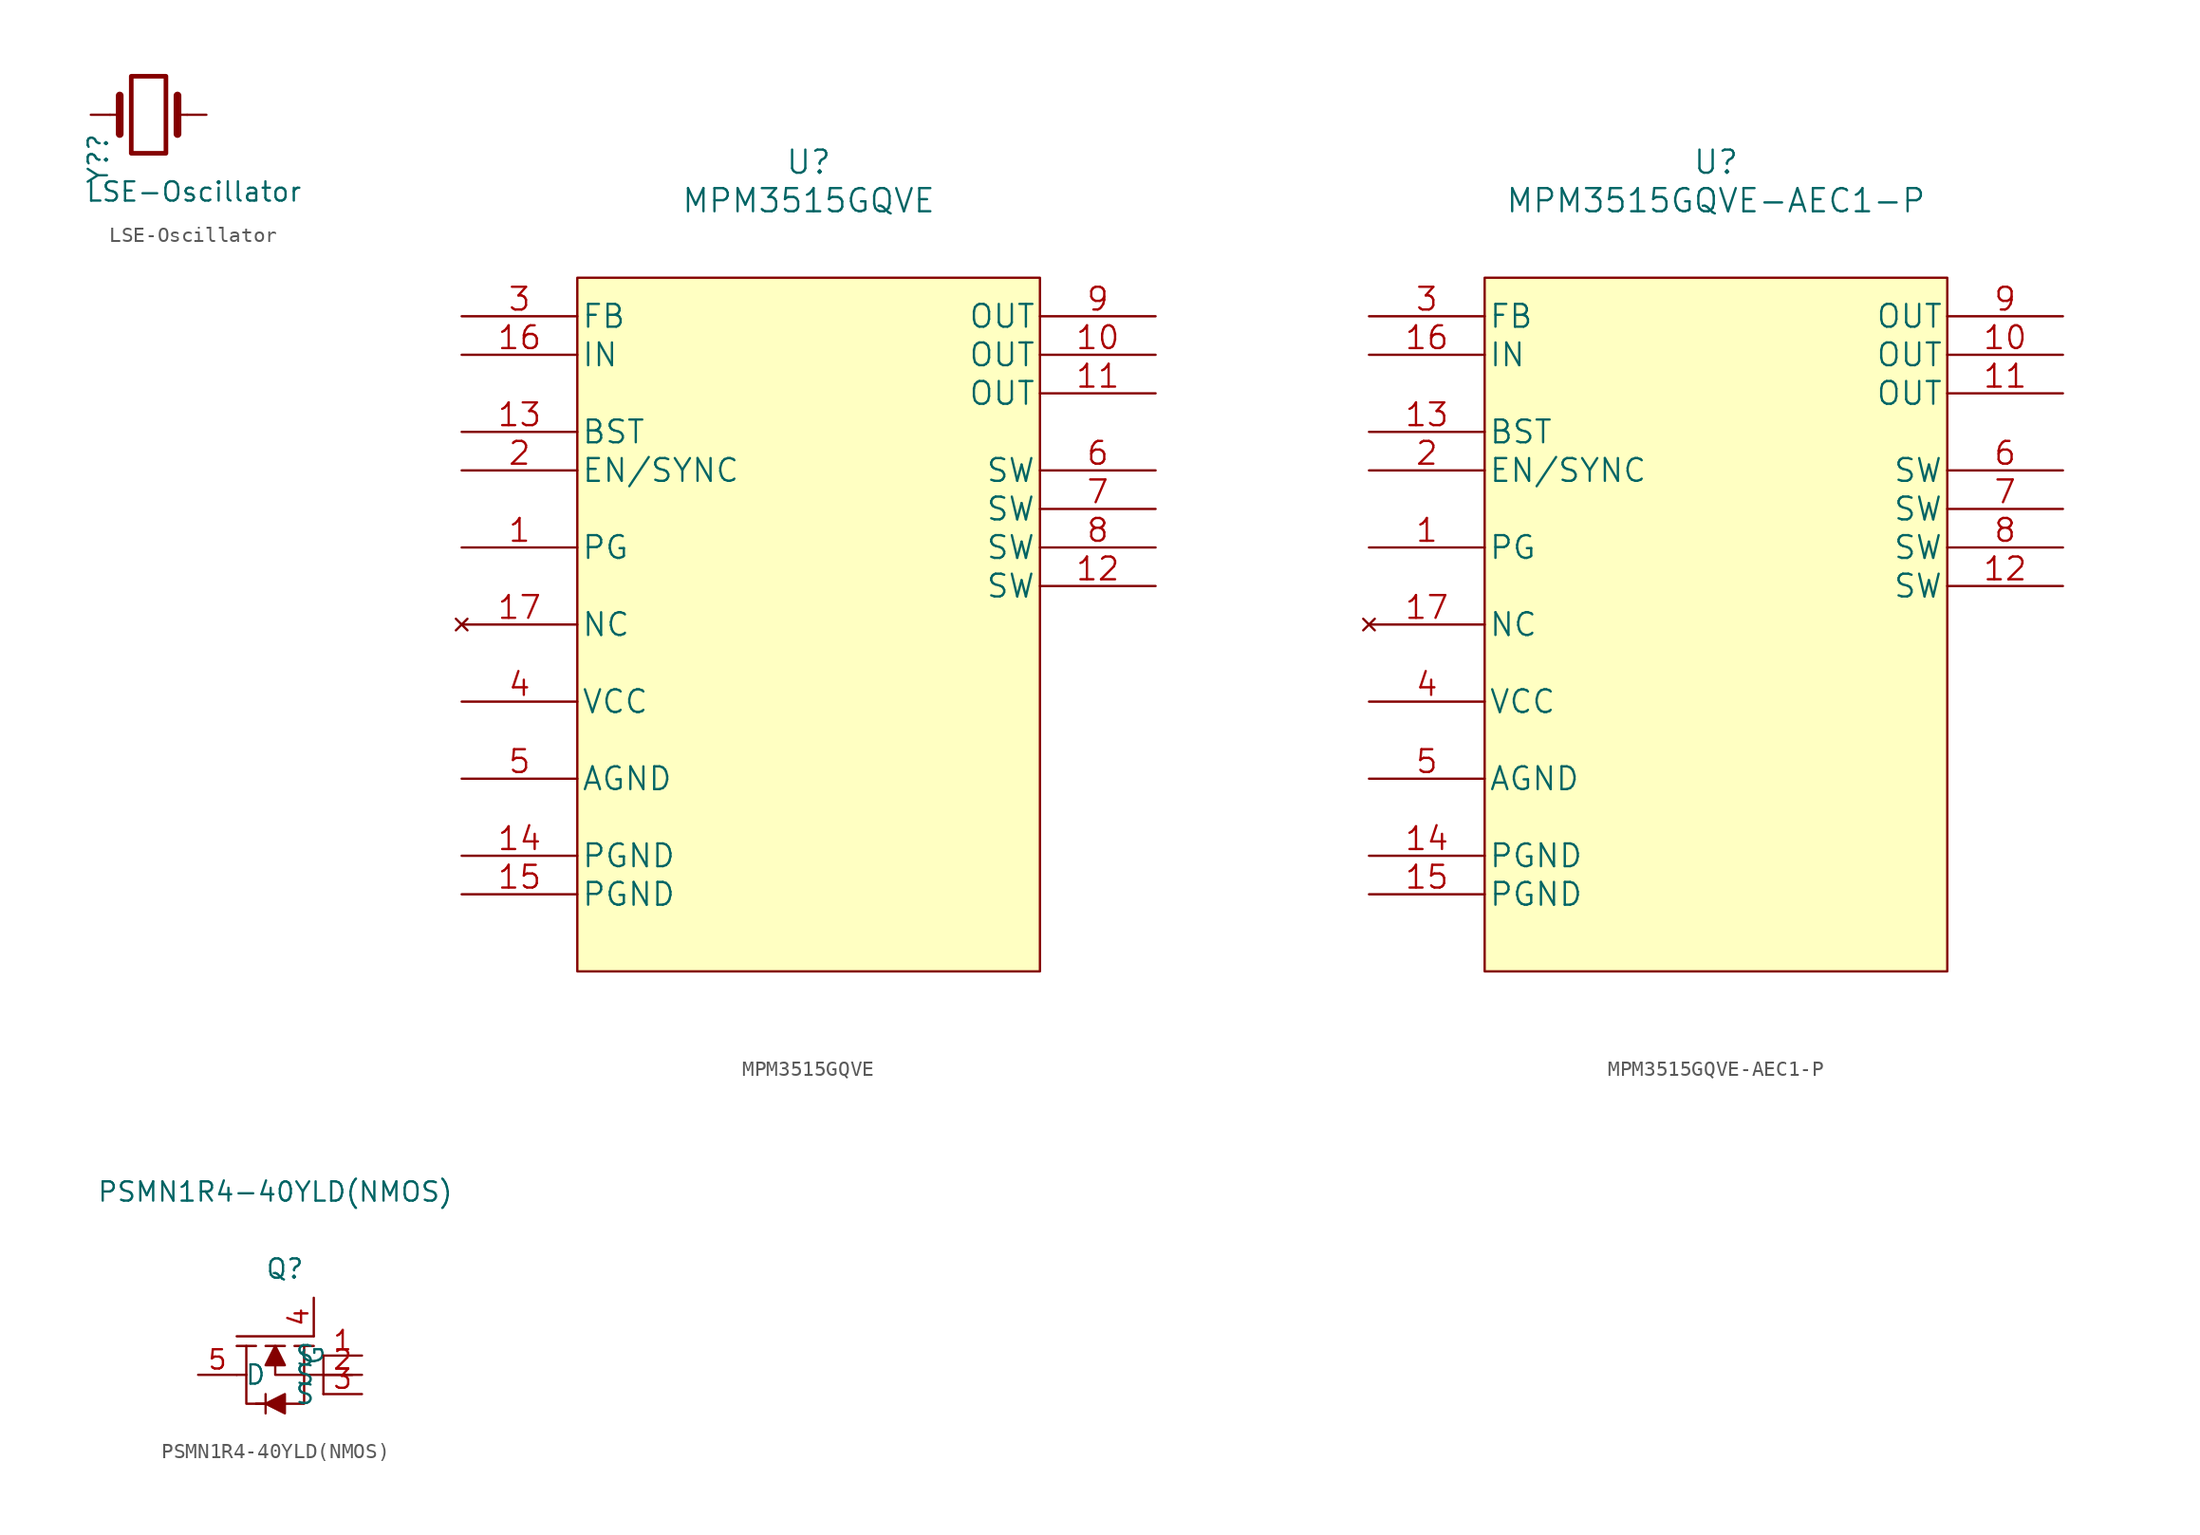
<source format=kicad_sym>
(kicad_symbol_lib
  (version 20220914)
  (generator kicad_symbol_editor)
  (symbol "LSE-Oscillator"
    (pin_numbers hide)
    (pin_names
      (offset 1.016) hide)
    (property "Reference" "Y?"
      (at -3.327 -1.168 90)
      (effects (font (size 1.27 1.27)) (justify right)))
    (property "Value" "LSE-Oscillator"
      (at 10.16 -5.08 0)
      (effects (font (size 1.27 1.27)) (justify right)))
    (symbol "LSE-Oscillator_0_1"
      (rectangle (start -1.143 2.54) (end 1.143 -2.54) (stroke (width 0.305) (type default)) (fill (type none)))
      (polyline (pts (xy -2.54 0) (xy -1.905 0)) (stroke (width 0) (type default)) (fill (type none)))
      (polyline (pts (xy -1.905 -1.27) (xy -1.905 1.27)) (stroke (width 0.508) (type default)) (fill (type none)))
      (polyline (pts (xy 1.905 -1.27) (xy 1.905 1.27)) (stroke (width 0.508) (type default)) (fill (type none)))
      (polyline (pts (xy 2.54 0) (xy 1.905 0)) (stroke (width 0) (type default)) (fill (type none))))
    (symbol "LSE-Oscillator_1_1"
      (pin passive line (at -3.81 0 0) (length 1.27) (name "1" (effects (font (size 1.27 1.27)))) (number "1" (effects (font (size 1.27 1.27)))))
      (pin passive line (at 3.81 0 180) (length 1.27) (name "2" (effects (font (size 1.27 1.27)))) (number "2" (effects (font (size 1.27 1.27)))))))
  (symbol "MPM3515GQVE"
    (pin_names
      (offset 0.254))
    (property "Reference" "U"
      (at 22.86 10.16 0)
      (effects (font (size 1.524 1.524))))
    (property "Value" "MPM3515GQVE"
      (at 22.86 7.62 0)
      (effects (font (size 1.524 1.524))))
    (property "Datasheet" ""
      (at 0 0 0)
      (effects (font (size 1.524 1.524))))
    (symbol "MPM3515GQVE_1_1"
      (rectangle (start 7.62 2.54) (end 38.1 -43.18) (stroke (width 0) (type default)) (fill (type background)))
      (pin unspecified line (at 0 -15.24 0) (length 7.62) (name "PG" (effects (font (size 1.499 1.499)))) (number "1" (effects (font (size 1.499 1.499)))))
      (pin power_out line (at 45.72 -2.54 180) (length 7.62) (name "OUT" (effects (font (size 1.499 1.499)))) (number "10" (effects (font (size 1.499 1.499)))))
      (pin power_out line (at 45.72 -5.08 180) (length 7.62) (name "OUT" (effects (font (size 1.499 1.499)))) (number "11" (effects (font (size 1.499 1.499)))))
      (pin output line (at 45.72 -17.78 180) (length 7.62) (name "SW" (effects (font (size 1.499 1.499)))) (number "12" (effects (font (size 1.499 1.499)))))
      (pin unspecified line (at 0 -7.62 0) (length 7.62) (name "BST" (effects (font (size 1.499 1.499)))) (number "13" (effects (font (size 1.499 1.499)))))
      (pin power_in line (at 0 -35.56 0) (length 7.62) (name "PGND" (effects (font (size 1.499 1.499)))) (number "14" (effects (font (size 1.499 1.499)))))
      (pin power_in line (at 0 -38.1 0) (length 7.62) (name "PGND" (effects (font (size 1.499 1.499)))) (number "15" (effects (font (size 1.499 1.499)))))
      (pin power_in line (at 0 -2.54 0) (length 7.62) (name "IN" (effects (font (size 1.499 1.499)))) (number "16" (effects (font (size 1.499 1.499)))))
      (pin no_connect line (at 0 -20.32 0) (length 7.62) (name "NC" (effects (font (size 1.499 1.499)))) (number "17" (effects (font (size 1.499 1.499)))))
      (pin unspecified line (at 0 -10.16 0) (length 7.62) (name "EN/SYNC" (effects (font (size 1.499 1.499)))) (number "2" (effects (font (size 1.499 1.499)))))
      (pin input line (at 0 0 0) (length 7.62) (name "FB" (effects (font (size 1.499 1.499)))) (number "3" (effects (font (size 1.499 1.499)))))
      (pin power_in line (at 0 -25.4 0) (length 7.62) (name "VCC" (effects (font (size 1.499 1.499)))) (number "4" (effects (font (size 1.499 1.499)))))
      (pin power_in line (at 0 -30.48 0) (length 7.62) (name "AGND" (effects (font (size 1.499 1.499)))) (number "5" (effects (font (size 1.499 1.499)))))
      (pin output line (at 45.72 -10.16 180) (length 7.62) (name "SW" (effects (font (size 1.499 1.499)))) (number "6" (effects (font (size 1.499 1.499)))))
      (pin output line (at 45.72 -12.7 180) (length 7.62) (name "SW" (effects (font (size 1.499 1.499)))) (number "7" (effects (font (size 1.499 1.499)))))
      (pin output line (at 45.72 -15.24 180) (length 7.62) (name "SW" (effects (font (size 1.499 1.499)))) (number "8" (effects (font (size 1.499 1.499)))))
      (pin power_out line (at 45.72 0 180) (length 7.62) (name "OUT" (effects (font (size 1.499 1.499)))) (number "9" (effects (font (size 1.499 1.499)))))))
  (symbol "MPM3515GQVE-AEC1-P"
    (pin_names
      (offset 0.254))
    (property "Reference" "U"
      (at 22.86 10.16 0)
      (effects (font (size 1.524 1.524))))
    (property "Value" "MPM3515GQVE-AEC1-P"
      (at 22.86 7.62 0)
      (effects (font (size 1.524 1.524))))
    (property "Datasheet" ""
      (at 0 0 0)
      (effects (font (size 1.524 1.524))))
    (symbol "MPM3515GQVE-AEC1-P_1_1"
      (rectangle (start 7.62 2.54) (end 38.1 -43.18) (stroke (width 0) (type default)) (fill (type background)))
      (pin unspecified line (at 0 -15.24 0) (length 7.62) (name "PG" (effects (font (size 1.499 1.499)))) (number "1" (effects (font (size 1.499 1.499)))))
      (pin power_out line (at 45.72 -2.54 180) (length 7.62) (name "OUT" (effects (font (size 1.499 1.499)))) (number "10" (effects (font (size 1.499 1.499)))))
      (pin power_out line (at 45.72 -5.08 180) (length 7.62) (name "OUT" (effects (font (size 1.499 1.499)))) (number "11" (effects (font (size 1.499 1.499)))))
      (pin output line (at 45.72 -17.78 180) (length 7.62) (name "SW" (effects (font (size 1.499 1.499)))) (number "12" (effects (font (size 1.499 1.499)))))
      (pin unspecified line (at 0 -7.62 0) (length 7.62) (name "BST" (effects (font (size 1.499 1.499)))) (number "13" (effects (font (size 1.499 1.499)))))
      (pin power_in line (at 0 -35.56 0) (length 7.62) (name "PGND" (effects (font (size 1.499 1.499)))) (number "14" (effects (font (size 1.499 1.499)))))
      (pin power_in line (at 0 -38.1 0) (length 7.62) (name "PGND" (effects (font (size 1.499 1.499)))) (number "15" (effects (font (size 1.499 1.499)))))
      (pin power_in line (at 0 -2.54 0) (length 7.62) (name "IN" (effects (font (size 1.499 1.499)))) (number "16" (effects (font (size 1.499 1.499)))))
      (pin no_connect line (at 0 -20.32 0) (length 7.62) (name "NC" (effects (font (size 1.499 1.499)))) (number "17" (effects (font (size 1.499 1.499)))))
      (pin unspecified line (at 0 -10.16 0) (length 7.62) (name "EN/SYNC" (effects (font (size 1.499 1.499)))) (number "2" (effects (font (size 1.499 1.499)))))
      (pin input line (at 0 0 0) (length 7.62) (name "FB" (effects (font (size 1.499 1.499)))) (number "3" (effects (font (size 1.499 1.499)))))
      (pin power_in line (at 0 -25.4 0) (length 7.62) (name "VCC" (effects (font (size 1.499 1.499)))) (number "4" (effects (font (size 1.499 1.499)))))
      (pin power_in line (at 0 -30.48 0) (length 7.62) (name "AGND" (effects (font (size 1.499 1.499)))) (number "5" (effects (font (size 1.499 1.499)))))
      (pin output line (at 45.72 -10.16 180) (length 7.62) (name "SW" (effects (font (size 1.499 1.499)))) (number "6" (effects (font (size 1.499 1.499)))))
      (pin output line (at 45.72 -12.7 180) (length 7.62) (name "SW" (effects (font (size 1.499 1.499)))) (number "7" (effects (font (size 1.499 1.499)))))
      (pin output line (at 45.72 -15.24 180) (length 7.62) (name "SW" (effects (font (size 1.499 1.499)))) (number "8" (effects (font (size 1.499 1.499)))))
      (pin power_out line (at 45.72 0 180) (length 7.62) (name "OUT" (effects (font (size 1.499 1.499)))) (number "9" (effects (font (size 1.499 1.499)))))))
  (symbol "PSMN1R4-40YLD(NMOS)"
    (property "Reference" "Q"
      (at 1.27 -0.635 0)
      (effects (font (size 1.27 1.27))))
    (property "Value" "PSMN1R4-40YLD(NMOS)"
      (at 0.635 4.445 0)
      (effects (font (size 1.27 1.27))))
    (symbol "PSMN1R4-40YLD(NMOS)_0_1"
      (polyline (pts (xy -1.905 -5.715) (xy -0.635 -5.715)) (stroke (width 0) (type default)) (fill (type none)))
      (polyline (pts (xy -1.905 -5.08) (xy 3.175 -5.08)) (stroke (width 0) (type default)) (fill (type none)))
      (polyline (pts (xy -1.27 -7.62) (xy -1.905 -7.62)) (stroke (width 0) (type default)) (fill (type none)))
      (polyline (pts (xy -1.27 -5.715) (xy -1.27 -7.62)) (stroke (width 0) (type default)) (fill (type none)))
      (polyline (pts (xy 0 -8.89) (xy 0 -10.16)) (stroke (width 0) (type default)) (fill (type none)))
      (polyline (pts (xy 0 -5.715) (xy 1.27 -5.715)) (stroke (width 0) (type default)) (fill (type none)))
      (polyline (pts (xy 1.905 -5.715) (xy 3.175 -5.715)) (stroke (width 0) (type default)) (fill (type none)))
      (polyline (pts (xy 2.54 -5.715) (xy 2.54 -7.62)) (stroke (width 0) (type default)) (fill (type none)))
      (polyline (pts (xy 3.81 -7.62) (xy 3.81 -8.89)) (stroke (width 0) (type default)) (fill (type none)))
      (polyline (pts (xy 3.81 -7.62) (xy 5.715 -7.62)) (stroke (width 0) (type default)) (fill (type none)))
      (polyline (pts (xy 3.81 -6.35) (xy 3.81 -7.62)) (stroke (width 0) (type default)) (fill (type none)))
      (polyline (pts (xy 0 -9.525) (xy -1.27 -9.525) (xy -1.27 -7.62)) (stroke (width 0) (type default)) (fill (type none)))
      (polyline (pts (xy 2.54 -7.62) (xy 2.54 -9.525) (xy -0.635 -9.525)) (stroke (width 0) (type default)) (fill (type none)))
      (polyline (pts (xy 3.81 -7.62) (xy 0.635 -7.62) (xy 0.635 -6.35)) (stroke (width 0) (type default)) (fill (type none)))
      (polyline (pts (xy 0 -9.525) (xy 1.27 -8.89) (xy 1.27 -10.16) (xy 0 -9.525)) (stroke (width 0) (type default)) (fill (type outline)))
      (polyline (pts (xy 0.635 -5.715) (xy 0 -6.985) (xy 1.27 -6.985) (xy 0.635 -5.715)) (stroke (width 0) (type default)) (fill (type outline))))
    (symbol "PSMN1R4-40YLD(NMOS)_1_1"
      (pin input line (at 6.35 -6.35 180) (length 2.54) (name "S" (effects (font (size 1.27 1.27)))) (number "1" (effects (font (size 1.27 1.27)))))
      (pin input line (at 6.35 -7.62 180) (length 2.54) (name "S" (effects (font (size 1.27 1.27)))) (number "2" (effects (font (size 1.27 1.27)))))
      (pin input line (at 6.35 -8.89 180) (length 2.54) (name "S" (effects (font (size 1.27 1.27)))) (number "3" (effects (font (size 1.27 1.27)))))
      (pin input line (at 3.175 -2.54 270) (length 2.54) (name "G" (effects (font (size 1.27 1.27)))) (number "4" (effects (font (size 1.27 1.27)))))
      (pin input line (at -4.445 -7.62 0) (length 2.54) (name "D" (effects (font (size 1.27 1.27)))) (number "5" (effects (font (size 1.27 1.27))))))))
</source>
